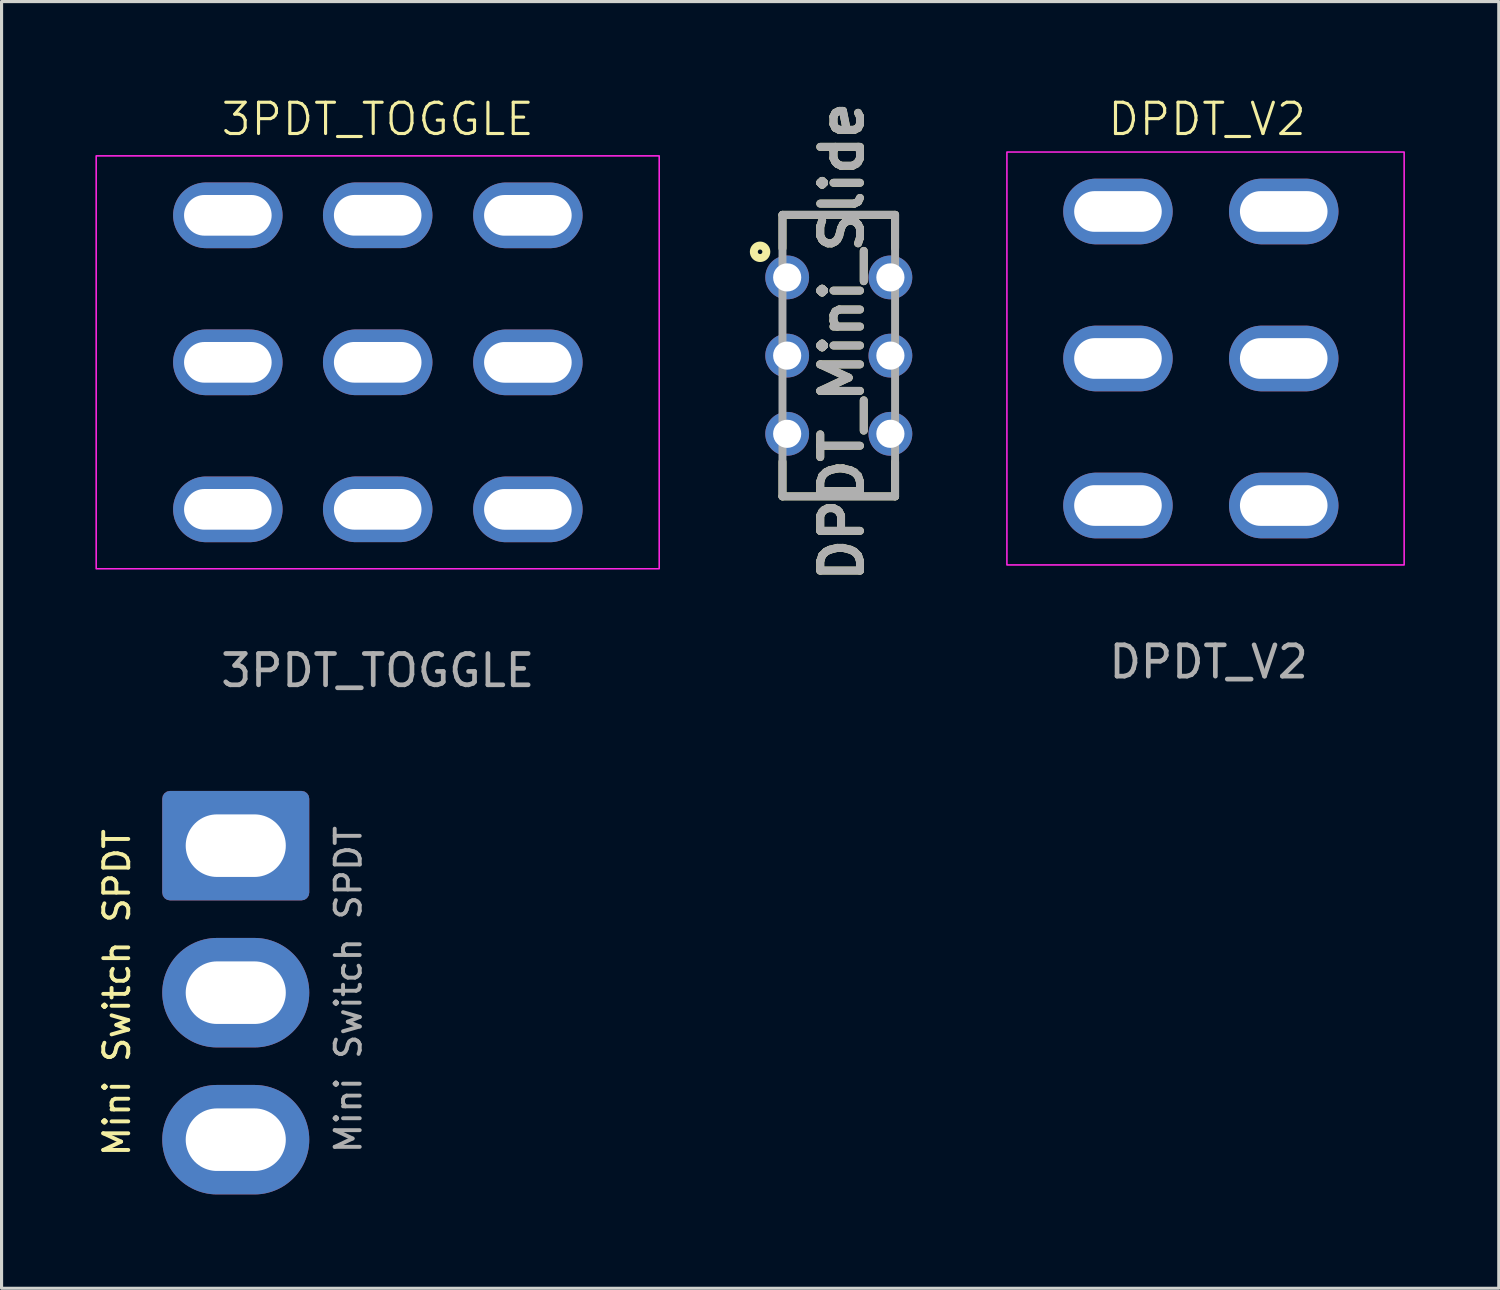
<source format=kicad_pcb>
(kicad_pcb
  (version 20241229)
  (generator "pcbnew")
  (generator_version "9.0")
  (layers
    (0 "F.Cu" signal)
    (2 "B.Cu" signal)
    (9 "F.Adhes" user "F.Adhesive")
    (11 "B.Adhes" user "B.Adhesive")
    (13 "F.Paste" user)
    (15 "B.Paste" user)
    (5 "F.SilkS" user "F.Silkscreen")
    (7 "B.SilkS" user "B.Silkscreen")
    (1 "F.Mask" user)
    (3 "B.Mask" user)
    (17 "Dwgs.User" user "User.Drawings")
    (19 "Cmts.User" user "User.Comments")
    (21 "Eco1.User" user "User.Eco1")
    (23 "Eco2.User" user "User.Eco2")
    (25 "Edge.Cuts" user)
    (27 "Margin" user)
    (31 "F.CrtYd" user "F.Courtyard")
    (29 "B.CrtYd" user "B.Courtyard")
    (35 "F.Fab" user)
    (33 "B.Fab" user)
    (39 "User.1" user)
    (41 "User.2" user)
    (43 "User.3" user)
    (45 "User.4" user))
  (footprint "Mini Switch SPDT"
    (layer "F.Cu")
    (at 4.487 28.686)
    (property "Reference" "Mini Switch SPDT" (at -3.8 0 90) (unlocked yes) (layer "F.SilkS") (effects (font (size 0.8 0.8) (thickness 0.125))))
    (attr through_hole)
    (fp_text user "${REFERENCE}" (at 3.6 -0.1 90) (unlocked yes) (layer "F.Fab") (effects (font (size 0.8 0.8) (thickness 0.125))))
    (pad "1" thru_hole roundrect (at 0 -4.7) (size 4.7 3.5) (drill oval 3.2 2) (layers "*.Cu" "*.Mask") (roundrect_rratio 0.071))
    (pad "2" thru_hole oval (at 0 0) (size 4.7 3.5) (drill oval 3.2 2) (layers "*.Cu" "*.Mask"))
    (pad "3" thru_hole oval (at 0 4.7) (size 4.7 3.5) (drill oval 3.2 2) (layers "*.Cu" "*.Mask")))
  (footprint "3PDT_TOGGLE"
    (layer "F.Cu")
    (at 9.025 8.533)
    (property "Reference" "3PDT_TOGGLE" (at 0 -7.772 0) (unlocked yes) (layer "F.SilkS") (effects (font (size 1 1) (thickness 0.1))))
    (attr through_hole)
    (fp_rect (start -9 -6.6) (end 9 6.6) (stroke (width 0.05) (type default)) (fill no) (layer "F.CrtYd"))
    (fp_text user "${REFERENCE}" (at 0 9.855 0) (unlocked yes) (layer "F.Fab") (effects (font (size 1 1) (thickness 0.15))))
    (pad "1" thru_hole oval (at 4.801 -4.698) (size 3.5 2.1) (drill oval 2.8 1.3) (layers "*.Cu" "*.Mask"))
    (pad "2" thru_hole oval (at 4.801 0.002) (size 3.5 2.1) (drill oval 2.8 1.3) (layers "*.Cu" "*.Mask"))
    (pad "3" thru_hole oval (at 4.801 4.702) (size 3.5 2.1) (drill oval 2.8 1.3) (layers "*.Cu" "*.Mask"))
    (pad "4" thru_hole oval (at 0 -4.7) (size 3.5 2.1) (drill oval 2.8 1.3) (layers "*.Cu" "*.Mask"))
    (pad "5" thru_hole oval (at 0 0) (size 3.5 2.1) (drill oval 2.8 1.3) (layers "*.Cu" "*.Mask"))
    (pad "6" thru_hole oval (at 0 4.7) (size 3.5 2.1) (drill oval 2.8 1.3) (layers "*.Cu" "*.Mask"))
    (pad "7" thru_hole oval (at -4.791 -4.699) (size 3.5 2.1) (drill oval 2.8 1.3) (layers "*.Cu" "*.Mask"))
    (pad "8" thru_hole oval (at -4.791 0.001) (size 3.5 2.1) (drill oval 2.8 1.3) (layers "*.Cu" "*.Mask"))
    (pad "9" thru_hole oval (at -4.791 4.701) (size 3.5 2.1) (drill oval 2.8 1.3) (layers "*.Cu" "*.Mask")))
  (footprint "DPDT_Mini_Slide"
    (layer "F.Cu")
    (at 23.516 8.069)
    (property "Reference" "DPDT_Mini_Slide" (at 0.353 -0.195 270) (layer "F.SilkS") (effects (font (size 1.27 1.27) (thickness 0.254))))
    (attr through_hole)
    (fp_line (start -1.55 -4.25) (end -1.55 -3.183) (stroke (width 0.254) (type solid)) (layer "F.SilkS"))
    (fp_line (start -1.55 4.75) (end -1.55 3.643) (stroke (width 0.254) (type solid)) (layer "F.SilkS"))
    (fp_line (start -1.55 4.75) (end 2.05 4.75) (stroke (width 0.254) (type solid)) (layer "F.SilkS"))
    (fp_line (start 2.05 -4.25) (end -1.55 -4.25) (stroke (width 0.254) (type solid)) (layer "F.SilkS"))
    (fp_line (start 2.05 -4.25) (end 2.05 -3.183) (stroke (width 0.254) (type solid)) (layer "F.SilkS"))
    (fp_line (start 2.05 4.75) (end 2.05 3.643) (stroke (width 0.254) (type solid)) (layer "F.SilkS"))
    (fp_circle (center -2.266 -3.069) (end -2.339 -3.069) (stroke (width 0.254) (type solid)) (fill no) (layer "F.SilkS"))
    (fp_line (start -1.55 -4.25) (end 2.05 -4.25) (stroke (width 0.254) (type solid)) (layer "F.Fab"))
    (fp_line (start -1.55 4.75) (end -1.55 -4.25) (stroke (width 0.254) (type solid)) (layer "F.Fab"))
    (fp_line (start 2.05 -4.25) (end 2.05 4.75) (stroke (width 0.254) (type solid)) (layer "F.Fab"))
    (fp_line (start 2.05 4.75) (end -1.55 4.75) (stroke (width 0.254) (type solid)) (layer "F.Fab"))
    (fp_text user "${REFERENCE}" (at 0.353 -0.195 270) (layer "F.Fab") (effects (font (size 1.27 1.27) (thickness 0.254))))
    (pad "1" thru_hole circle (at -1.4 -2.25 270) (size 1.4 1.4) (drill 0.9) (layers "*.Cu" "*.Mask"))
    (pad "2" thru_hole circle (at -1.4 0.25 270) (size 1.4 1.4) (drill 0.9) (layers "*.Cu" "*.Mask"))
    (pad "3" thru_hole circle (at -1.4 2.75 270) (size 1.4 1.4) (drill 0.9) (layers "*.Cu" "*.Mask"))
    (pad "4" thru_hole circle (at 1.9 -2.25 270) (size 1.4 1.4) (drill 0.9) (layers "*.Cu" "*.Mask"))
    (pad "5" thru_hole circle (at 1.9 0.25 270) (size 1.4 1.4) (drill 0.9) (layers "*.Cu" "*.Mask"))
    (pad "6" thru_hole circle (at 1.9 2.75 270) (size 1.4 1.4) (drill 0.9) (layers "*.Cu" "*.Mask")))
  (footprint "DPDT_V2"
    (layer "F.Cu")
    (at 37.991 8.411)
    (property "Reference" "DPDT_V2" (at -2.45 -7.65 0) (unlocked yes) (layer "F.SilkS") (effects (font (size 1 1) (thickness 0.1))))
    (attr through_hole)
    (fp_rect (start -8.85 -6.6) (end 3.85 6.6) (stroke (width 0.05) (type default)) (fill no) (layer "F.CrtYd"))
    (fp_text user "${REFERENCE}" (at -2.4 9.7 0) (unlocked yes) (layer "F.Fab") (effects (font (size 1 1) (thickness 0.15))))
    (pad "1" thru_hole oval (at -5.3 -4.7) (size 3.5 2.1) (drill oval 2.8 1.3) (layers "*.Cu" "*.Mask"))
    (pad "2" thru_hole oval (at -5.3 0) (size 3.5 2.1) (drill oval 2.8 1.3) (layers "*.Cu" "*.Mask"))
    (pad "3" thru_hole oval (at -5.3 4.7) (size 3.5 2.1) (drill oval 2.8 1.3) (layers "*.Cu" "*.Mask"))
    (pad "4" thru_hole oval (at 0 -4.7) (size 3.5 2.1) (drill oval 2.8 1.3) (layers "*.Cu" "*.Mask"))
    (pad "5" thru_hole oval (at 0 0) (size 3.5 2.1) (drill oval 2.8 1.3) (layers "*.Cu" "*.Mask"))
    (pad "6" thru_hole oval (at 0 4.7) (size 3.5 2.1) (drill oval 2.8 1.3) (layers "*.Cu" "*.Mask")))
  (gr_rect
    (start -3 -3)
    (end 44.866 38.136)
    (stroke (width 0.1) (type default))
    (fill no)
    (layer "Edge.Cuts")))
</source>
